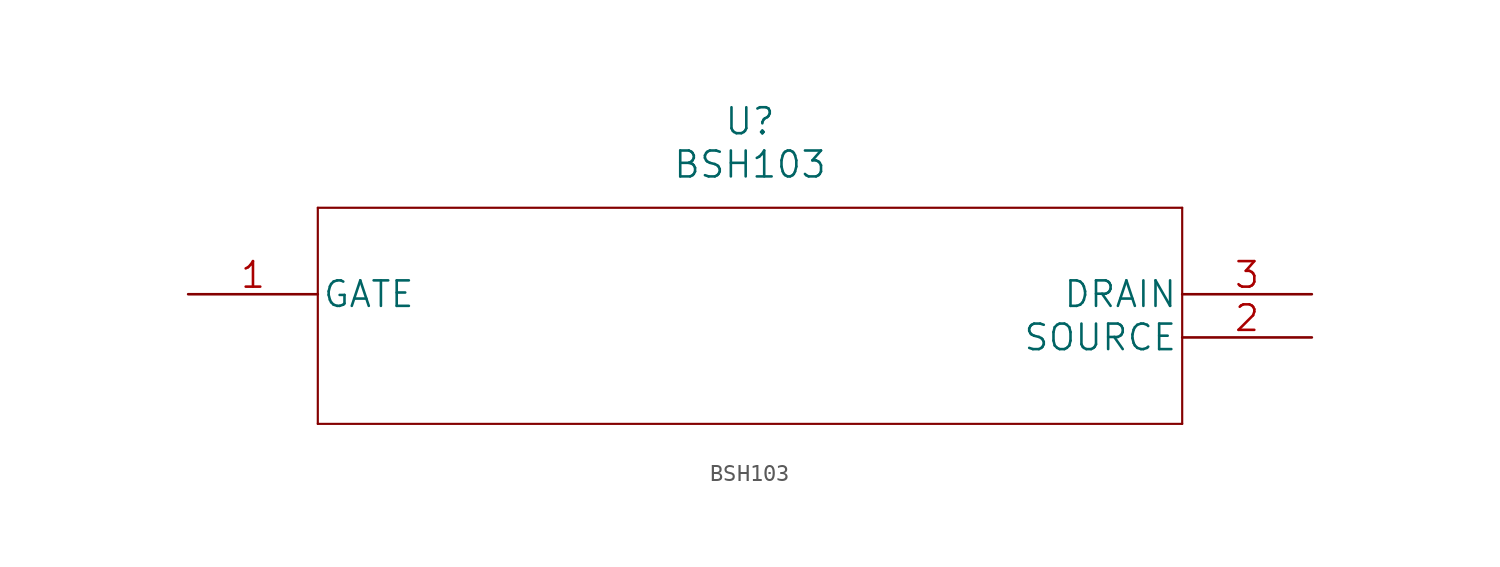
<source format=kicad_sym>
(kicad_symbol_lib
  (version 20211014)
  (generator kicad_symbol_editor)
  (symbol "BSH103"
    (pin_names
      (offset 0.254))
    (property "Reference" "U"
      (at 33.02 10.16 0)
      (effects (font (size 1.524 1.524))))
    (property "Value" "BSH103"
      (at 33.02 7.62 0)
      (effects (font (size 1.524 1.524))))
    (property "Datasheet" ""
      (at 0 0 0)
      (effects (font (size 1.524 1.524))))
    (property "ki_locked" ""
      (at 0 0 0)
      (effects (font (size 1.27 1.27))))
    (symbol "BSH103_1_1"
      (polyline (pts (xy 7.62 -7.62) (xy 58.42 -7.62)) (stroke (width 0.127) (type default) (color 0 0 0 0)) (fill (type none)))
      (polyline (pts (xy 7.62 5.08) (xy 7.62 -7.62)) (stroke (width 0.127) (type default) (color 0 0 0 0)) (fill (type none)))
      (polyline (pts (xy 58.42 -7.62) (xy 58.42 5.08)) (stroke (width 0.127) (type default) (color 0 0 0 0)) (fill (type none)))
      (polyline (pts (xy 58.42 5.08) (xy 7.62 5.08)) (stroke (width 0.127) (type default) (color 0 0 0 0)) (fill (type none)))
      (pin unspecified line (at 0 0 0) (length 7.62) (name "GATE" (effects (font (size 1.499 1.499)))) (number "1" (effects (font (size 1.499 1.499)))))
      (pin unspecified line (at 66.04 -2.54 180) (length 7.62) (name "SOURCE" (effects (font (size 1.499 1.499)))) (number "2" (effects (font (size 1.499 1.499)))))
      (pin unspecified line (at 66.04 0 180) (length 7.62) (name "DRAIN" (effects (font (size 1.499 1.499)))) (number "3" (effects (font (size 1.499 1.499))))))))
</source>
